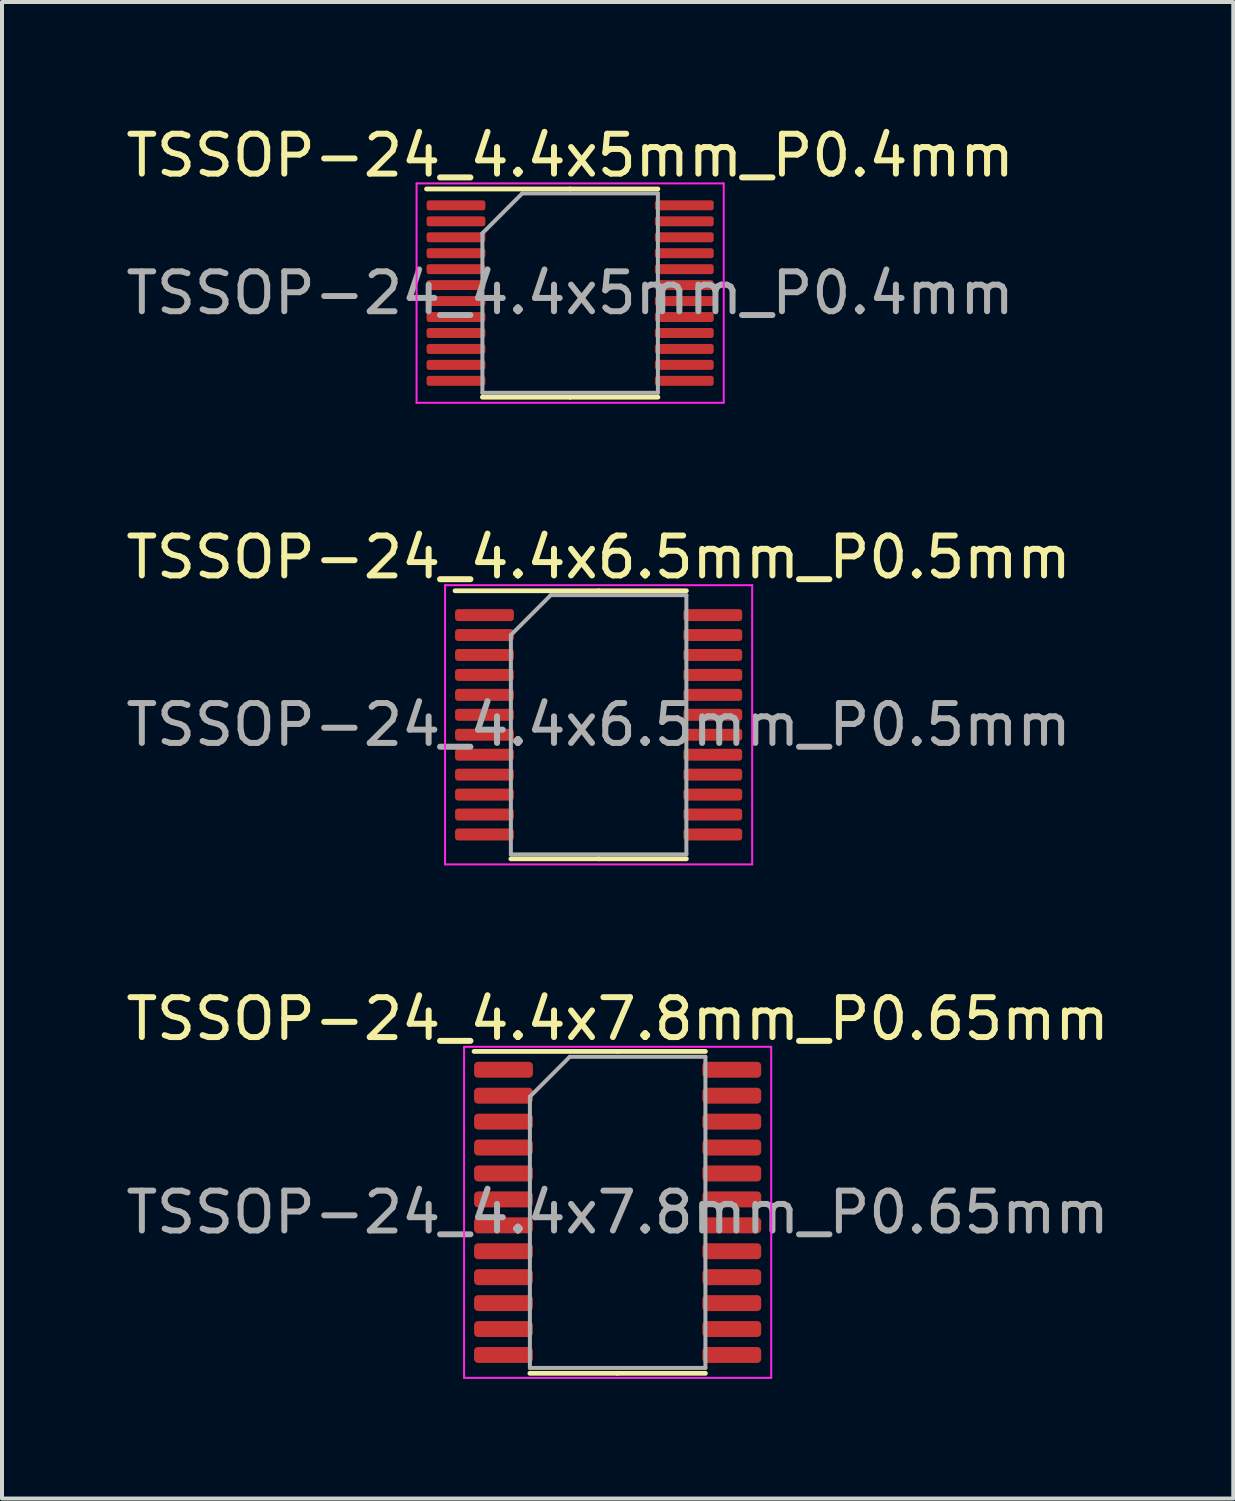
<source format=kicad_pcb>
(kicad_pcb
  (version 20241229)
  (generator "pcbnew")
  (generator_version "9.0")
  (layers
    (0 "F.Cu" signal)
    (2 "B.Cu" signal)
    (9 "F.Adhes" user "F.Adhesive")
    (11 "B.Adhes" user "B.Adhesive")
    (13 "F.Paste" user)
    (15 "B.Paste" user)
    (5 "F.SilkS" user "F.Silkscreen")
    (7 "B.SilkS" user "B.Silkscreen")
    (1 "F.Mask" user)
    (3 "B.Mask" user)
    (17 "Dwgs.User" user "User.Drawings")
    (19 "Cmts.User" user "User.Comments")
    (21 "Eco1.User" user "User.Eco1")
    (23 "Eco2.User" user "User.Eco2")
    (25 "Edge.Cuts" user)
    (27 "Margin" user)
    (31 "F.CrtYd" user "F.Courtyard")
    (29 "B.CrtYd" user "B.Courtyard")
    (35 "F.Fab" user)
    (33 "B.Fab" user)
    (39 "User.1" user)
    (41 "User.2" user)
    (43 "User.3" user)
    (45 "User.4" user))
  (footprint "TSSOP-24_4.4x6.5mm_P0.5mm"
    (layer "F.Cu")
    (at 11.958 15.121)
    (property "Reference" "TSSOP-24_4.4x6.5mm_P0.5mm" (at 0 -4.2 0) (layer "F.SilkS") (effects (font (size 1 1) (thickness 0.15))))
    (attr smd)
    (fp_line (start 0 -3.36) (end -3.6 -3.36) (stroke (width 0.12) (type solid)) (layer "F.SilkS"))
    (fp_line (start 0 -3.36) (end 2.2 -3.36) (stroke (width 0.12) (type solid)) (layer "F.SilkS"))
    (fp_line (start 0 3.36) (end -2.2 3.36) (stroke (width 0.12) (type solid)) (layer "F.SilkS"))
    (fp_line (start 0 3.36) (end 2.2 3.36) (stroke (width 0.12) (type solid)) (layer "F.SilkS"))
    (fp_line (start -3.85 -3.5) (end -3.85 3.5) (stroke (width 0.05) (type solid)) (layer "F.CrtYd"))
    (fp_line (start -3.85 3.5) (end 3.85 3.5) (stroke (width 0.05) (type solid)) (layer "F.CrtYd"))
    (fp_line (start 3.85 -3.5) (end -3.85 -3.5) (stroke (width 0.05) (type solid)) (layer "F.CrtYd"))
    (fp_line (start 3.85 3.5) (end 3.85 -3.5) (stroke (width 0.05) (type solid)) (layer "F.CrtYd"))
    (fp_line (start -2.2 -2.25) (end -1.2 -3.25) (stroke (width 0.1) (type solid)) (layer "F.Fab"))
    (fp_line (start -2.2 3.25) (end -2.2 -2.25) (stroke (width 0.1) (type solid)) (layer "F.Fab"))
    (fp_line (start -1.2 -3.25) (end 2.2 -3.25) (stroke (width 0.1) (type solid)) (layer "F.Fab"))
    (fp_line (start 2.2 -3.25) (end 2.2 3.25) (stroke (width 0.1) (type solid)) (layer "F.Fab"))
    (fp_line (start 2.2 3.25) (end -2.2 3.25) (stroke (width 0.1) (type solid)) (layer "F.Fab"))
    (fp_text user "${REFERENCE}" (at 0 0 0) (layer "F.Fab") (effects (font (size 1 1) (thickness 0.15))))
    (pad "1" smd roundrect (at -2.862 -2.75) (size 1.475 0.3) (layers "F.Cu" "F.Mask" "F.Paste") (roundrect_rratio 0.25))
    (pad "2" smd roundrect (at -2.862 -2.25) (size 1.475 0.3) (layers "F.Cu" "F.Mask" "F.Paste") (roundrect_rratio 0.25))
    (pad "3" smd roundrect (at -2.862 -1.75) (size 1.475 0.3) (layers "F.Cu" "F.Mask" "F.Paste") (roundrect_rratio 0.25))
    (pad "4" smd roundrect (at -2.862 -1.25) (size 1.475 0.3) (layers "F.Cu" "F.Mask" "F.Paste") (roundrect_rratio 0.25))
    (pad "5" smd roundrect (at -2.862 -0.75) (size 1.475 0.3) (layers "F.Cu" "F.Mask" "F.Paste") (roundrect_rratio 0.25))
    (pad "6" smd roundrect (at -2.862 -0.25) (size 1.475 0.3) (layers "F.Cu" "F.Mask" "F.Paste") (roundrect_rratio 0.25))
    (pad "7" smd roundrect (at -2.862 0.25) (size 1.475 0.3) (layers "F.Cu" "F.Mask" "F.Paste") (roundrect_rratio 0.25))
    (pad "8" smd roundrect (at -2.862 0.75) (size 1.475 0.3) (layers "F.Cu" "F.Mask" "F.Paste") (roundrect_rratio 0.25))
    (pad "9" smd roundrect (at -2.862 1.25) (size 1.475 0.3) (layers "F.Cu" "F.Mask" "F.Paste") (roundrect_rratio 0.25))
    (pad "10" smd roundrect (at -2.862 1.75) (size 1.475 0.3) (layers "F.Cu" "F.Mask" "F.Paste") (roundrect_rratio 0.25))
    (pad "11" smd roundrect (at -2.862 2.25) (size 1.475 0.3) (layers "F.Cu" "F.Mask" "F.Paste") (roundrect_rratio 0.25))
    (pad "12" smd roundrect (at -2.862 2.75) (size 1.475 0.3) (layers "F.Cu" "F.Mask" "F.Paste") (roundrect_rratio 0.25))
    (pad "13" smd roundrect (at 2.862 2.75) (size 1.475 0.3) (layers "F.Cu" "F.Mask" "F.Paste") (roundrect_rratio 0.25))
    (pad "14" smd roundrect (at 2.862 2.25) (size 1.475 0.3) (layers "F.Cu" "F.Mask" "F.Paste") (roundrect_rratio 0.25))
    (pad "15" smd roundrect (at 2.862 1.75) (size 1.475 0.3) (layers "F.Cu" "F.Mask" "F.Paste") (roundrect_rratio 0.25))
    (pad "16" smd roundrect (at 2.862 1.25) (size 1.475 0.3) (layers "F.Cu" "F.Mask" "F.Paste") (roundrect_rratio 0.25))
    (pad "17" smd roundrect (at 2.862 0.75) (size 1.475 0.3) (layers "F.Cu" "F.Mask" "F.Paste") (roundrect_rratio 0.25))
    (pad "18" smd roundrect (at 2.862 0.25) (size 1.475 0.3) (layers "F.Cu" "F.Mask" "F.Paste") (roundrect_rratio 0.25))
    (pad "19" smd roundrect (at 2.862 -0.25) (size 1.475 0.3) (layers "F.Cu" "F.Mask" "F.Paste") (roundrect_rratio 0.25))
    (pad "20" smd roundrect (at 2.862 -0.75) (size 1.475 0.3) (layers "F.Cu" "F.Mask" "F.Paste") (roundrect_rratio 0.25))
    (pad "21" smd roundrect (at 2.862 -1.25) (size 1.475 0.3) (layers "F.Cu" "F.Mask" "F.Paste") (roundrect_rratio 0.25))
    (pad "22" smd roundrect (at 2.862 -1.75) (size 1.475 0.3) (layers "F.Cu" "F.Mask" "F.Paste") (roundrect_rratio 0.25))
    (pad "23" smd roundrect (at 2.862 -2.25) (size 1.475 0.3) (layers "F.Cu" "F.Mask" "F.Paste") (roundrect_rratio 0.25))
    (pad "24" smd roundrect (at 2.862 -2.75) (size 1.475 0.3) (layers "F.Cu" "F.Mask" "F.Paste") (roundrect_rratio 0.25)))
  (footprint "TSSOP-24_4.4x5mm_P0.4mm"
    (layer "F.Cu")
    (at 11.244 4.298)
    (property "Reference" "TSSOP-24_4.4x5mm_P0.4mm" (at 0 -3.45 0) (layer "F.SilkS") (effects (font (size 1 1) (thickness 0.15))))
    (attr smd)
    (fp_line (start 0 -2.61) (end -3.6 -2.61) (stroke (width 0.12) (type solid)) (layer "F.SilkS"))
    (fp_line (start 0 -2.61) (end 2.2 -2.61) (stroke (width 0.12) (type solid)) (layer "F.SilkS"))
    (fp_line (start 0 2.61) (end -2.2 2.61) (stroke (width 0.12) (type solid)) (layer "F.SilkS"))
    (fp_line (start 0 2.61) (end 2.2 2.61) (stroke (width 0.12) (type solid)) (layer "F.SilkS"))
    (fp_line (start -3.85 -2.75) (end -3.85 2.75) (stroke (width 0.05) (type solid)) (layer "F.CrtYd"))
    (fp_line (start -3.85 2.75) (end 3.85 2.75) (stroke (width 0.05) (type solid)) (layer "F.CrtYd"))
    (fp_line (start 3.85 -2.75) (end -3.85 -2.75) (stroke (width 0.05) (type solid)) (layer "F.CrtYd"))
    (fp_line (start 3.85 2.75) (end 3.85 -2.75) (stroke (width 0.05) (type solid)) (layer "F.CrtYd"))
    (fp_line (start -2.2 -1.5) (end -1.2 -2.5) (stroke (width 0.1) (type solid)) (layer "F.Fab"))
    (fp_line (start -2.2 2.5) (end -2.2 -1.5) (stroke (width 0.1) (type solid)) (layer "F.Fab"))
    (fp_line (start -1.2 -2.5) (end 2.2 -2.5) (stroke (width 0.1) (type solid)) (layer "F.Fab"))
    (fp_line (start 2.2 -2.5) (end 2.2 2.5) (stroke (width 0.1) (type solid)) (layer "F.Fab"))
    (fp_line (start 2.2 2.5) (end -2.2 2.5) (stroke (width 0.1) (type solid)) (layer "F.Fab"))
    (fp_text user "${REFERENCE}" (at 0 0 0) (layer "F.Fab") (effects (font (size 1 1) (thickness 0.15))))
    (pad "1" smd roundrect (at -2.862 -2.2) (size 1.475 0.25) (layers "F.Cu" "F.Mask" "F.Paste") (roundrect_rratio 0.25))
    (pad "2" smd roundrect (at -2.862 -1.8) (size 1.475 0.25) (layers "F.Cu" "F.Mask" "F.Paste") (roundrect_rratio 0.25))
    (pad "3" smd roundrect (at -2.862 -1.4) (size 1.475 0.25) (layers "F.Cu" "F.Mask" "F.Paste") (roundrect_rratio 0.25))
    (pad "4" smd roundrect (at -2.862 -1) (size 1.475 0.25) (layers "F.Cu" "F.Mask" "F.Paste") (roundrect_rratio 0.25))
    (pad "5" smd roundrect (at -2.862 -0.6) (size 1.475 0.25) (layers "F.Cu" "F.Mask" "F.Paste") (roundrect_rratio 0.25))
    (pad "6" smd roundrect (at -2.862 -0.2) (size 1.475 0.25) (layers "F.Cu" "F.Mask" "F.Paste") (roundrect_rratio 0.25))
    (pad "7" smd roundrect (at -2.862 0.2) (size 1.475 0.25) (layers "F.Cu" "F.Mask" "F.Paste") (roundrect_rratio 0.25))
    (pad "8" smd roundrect (at -2.862 0.6) (size 1.475 0.25) (layers "F.Cu" "F.Mask" "F.Paste") (roundrect_rratio 0.25))
    (pad "9" smd roundrect (at -2.862 1) (size 1.475 0.25) (layers "F.Cu" "F.Mask" "F.Paste") (roundrect_rratio 0.25))
    (pad "10" smd roundrect (at -2.862 1.4) (size 1.475 0.25) (layers "F.Cu" "F.Mask" "F.Paste") (roundrect_rratio 0.25))
    (pad "11" smd roundrect (at -2.862 1.8) (size 1.475 0.25) (layers "F.Cu" "F.Mask" "F.Paste") (roundrect_rratio 0.25))
    (pad "12" smd roundrect (at -2.862 2.2) (size 1.475 0.25) (layers "F.Cu" "F.Mask" "F.Paste") (roundrect_rratio 0.25))
    (pad "13" smd roundrect (at 2.862 2.2) (size 1.475 0.25) (layers "F.Cu" "F.Mask" "F.Paste") (roundrect_rratio 0.25))
    (pad "14" smd roundrect (at 2.862 1.8) (size 1.475 0.25) (layers "F.Cu" "F.Mask" "F.Paste") (roundrect_rratio 0.25))
    (pad "15" smd roundrect (at 2.862 1.4) (size 1.475 0.25) (layers "F.Cu" "F.Mask" "F.Paste") (roundrect_rratio 0.25))
    (pad "16" smd roundrect (at 2.862 1) (size 1.475 0.25) (layers "F.Cu" "F.Mask" "F.Paste") (roundrect_rratio 0.25))
    (pad "17" smd roundrect (at 2.862 0.6) (size 1.475 0.25) (layers "F.Cu" "F.Mask" "F.Paste") (roundrect_rratio 0.25))
    (pad "18" smd roundrect (at 2.862 0.2) (size 1.475 0.25) (layers "F.Cu" "F.Mask" "F.Paste") (roundrect_rratio 0.25))
    (pad "19" smd roundrect (at 2.862 -0.2) (size 1.475 0.25) (layers "F.Cu" "F.Mask" "F.Paste") (roundrect_rratio 0.25))
    (pad "20" smd roundrect (at 2.862 -0.6) (size 1.475 0.25) (layers "F.Cu" "F.Mask" "F.Paste") (roundrect_rratio 0.25))
    (pad "21" smd roundrect (at 2.862 -1) (size 1.475 0.25) (layers "F.Cu" "F.Mask" "F.Paste") (roundrect_rratio 0.25))
    (pad "22" smd roundrect (at 2.862 -1.4) (size 1.475 0.25) (layers "F.Cu" "F.Mask" "F.Paste") (roundrect_rratio 0.25))
    (pad "23" smd roundrect (at 2.862 -1.8) (size 1.475 0.25) (layers "F.Cu" "F.Mask" "F.Paste") (roundrect_rratio 0.25))
    (pad "24" smd roundrect (at 2.862 -2.2) (size 1.475 0.25) (layers "F.Cu" "F.Mask" "F.Paste") (roundrect_rratio 0.25)))
  (footprint "TSSOP-24_4.4x7.8mm_P0.65mm"
    (layer "F.Cu")
    (at 12.435 27.345)
    (property "Reference" "TSSOP-24_4.4x7.8mm_P0.65mm" (at 0 -4.85 0) (layer "F.SilkS") (effects (font (size 1 1) (thickness 0.15))))
    (attr smd)
    (fp_line (start 0 -4.035) (end -3.6 -4.035) (stroke (width 0.12) (type solid)) (layer "F.SilkS"))
    (fp_line (start 0 -4.035) (end 2.2 -4.035) (stroke (width 0.12) (type solid)) (layer "F.SilkS"))
    (fp_line (start 0 4.035) (end -2.2 4.035) (stroke (width 0.12) (type solid)) (layer "F.SilkS"))
    (fp_line (start 0 4.035) (end 2.2 4.035) (stroke (width 0.12) (type solid)) (layer "F.SilkS"))
    (fp_line (start -3.85 -4.15) (end -3.85 4.15) (stroke (width 0.05) (type solid)) (layer "F.CrtYd"))
    (fp_line (start -3.85 4.15) (end 3.85 4.15) (stroke (width 0.05) (type solid)) (layer "F.CrtYd"))
    (fp_line (start 3.85 -4.15) (end -3.85 -4.15) (stroke (width 0.05) (type solid)) (layer "F.CrtYd"))
    (fp_line (start 3.85 4.15) (end 3.85 -4.15) (stroke (width 0.05) (type solid)) (layer "F.CrtYd"))
    (fp_line (start -2.2 -2.9) (end -1.2 -3.9) (stroke (width 0.1) (type solid)) (layer "F.Fab"))
    (fp_line (start -2.2 3.9) (end -2.2 -2.9) (stroke (width 0.1) (type solid)) (layer "F.Fab"))
    (fp_line (start -1.2 -3.9) (end 2.2 -3.9) (stroke (width 0.1) (type solid)) (layer "F.Fab"))
    (fp_line (start 2.2 -3.9) (end 2.2 3.9) (stroke (width 0.1) (type solid)) (layer "F.Fab"))
    (fp_line (start 2.2 3.9) (end -2.2 3.9) (stroke (width 0.1) (type solid)) (layer "F.Fab"))
    (fp_text user "${REFERENCE}" (at 0 0 0) (layer "F.Fab") (effects (font (size 1 1) (thickness 0.15))))
    (pad "1" smd roundrect (at -2.862 -3.575) (size 1.475 0.4) (layers "F.Cu" "F.Mask" "F.Paste") (roundrect_rratio 0.25))
    (pad "2" smd roundrect (at -2.862 -2.925) (size 1.475 0.4) (layers "F.Cu" "F.Mask" "F.Paste") (roundrect_rratio 0.25))
    (pad "3" smd roundrect (at -2.862 -2.275) (size 1.475 0.4) (layers "F.Cu" "F.Mask" "F.Paste") (roundrect_rratio 0.25))
    (pad "4" smd roundrect (at -2.862 -1.625) (size 1.475 0.4) (layers "F.Cu" "F.Mask" "F.Paste") (roundrect_rratio 0.25))
    (pad "5" smd roundrect (at -2.862 -0.975) (size 1.475 0.4) (layers "F.Cu" "F.Mask" "F.Paste") (roundrect_rratio 0.25))
    (pad "6" smd roundrect (at -2.862 -0.325) (size 1.475 0.4) (layers "F.Cu" "F.Mask" "F.Paste") (roundrect_rratio 0.25))
    (pad "7" smd roundrect (at -2.862 0.325) (size 1.475 0.4) (layers "F.Cu" "F.Mask" "F.Paste") (roundrect_rratio 0.25))
    (pad "8" smd roundrect (at -2.862 0.975) (size 1.475 0.4) (layers "F.Cu" "F.Mask" "F.Paste") (roundrect_rratio 0.25))
    (pad "9" smd roundrect (at -2.862 1.625) (size 1.475 0.4) (layers "F.Cu" "F.Mask" "F.Paste") (roundrect_rratio 0.25))
    (pad "10" smd roundrect (at -2.862 2.275) (size 1.475 0.4) (layers "F.Cu" "F.Mask" "F.Paste") (roundrect_rratio 0.25))
    (pad "11" smd roundrect (at -2.862 2.925) (size 1.475 0.4) (layers "F.Cu" "F.Mask" "F.Paste") (roundrect_rratio 0.25))
    (pad "12" smd roundrect (at -2.862 3.575) (size 1.475 0.4) (layers "F.Cu" "F.Mask" "F.Paste") (roundrect_rratio 0.25))
    (pad "13" smd roundrect (at 2.862 3.575) (size 1.475 0.4) (layers "F.Cu" "F.Mask" "F.Paste") (roundrect_rratio 0.25))
    (pad "14" smd roundrect (at 2.862 2.925) (size 1.475 0.4) (layers "F.Cu" "F.Mask" "F.Paste") (roundrect_rratio 0.25))
    (pad "15" smd roundrect (at 2.862 2.275) (size 1.475 0.4) (layers "F.Cu" "F.Mask" "F.Paste") (roundrect_rratio 0.25))
    (pad "16" smd roundrect (at 2.862 1.625) (size 1.475 0.4) (layers "F.Cu" "F.Mask" "F.Paste") (roundrect_rratio 0.25))
    (pad "17" smd roundrect (at 2.862 0.975) (size 1.475 0.4) (layers "F.Cu" "F.Mask" "F.Paste") (roundrect_rratio 0.25))
    (pad "18" smd roundrect (at 2.862 0.325) (size 1.475 0.4) (layers "F.Cu" "F.Mask" "F.Paste") (roundrect_rratio 0.25))
    (pad "19" smd roundrect (at 2.862 -0.325) (size 1.475 0.4) (layers "F.Cu" "F.Mask" "F.Paste") (roundrect_rratio 0.25))
    (pad "20" smd roundrect (at 2.862 -0.975) (size 1.475 0.4) (layers "F.Cu" "F.Mask" "F.Paste") (roundrect_rratio 0.25))
    (pad "21" smd roundrect (at 2.862 -1.625) (size 1.475 0.4) (layers "F.Cu" "F.Mask" "F.Paste") (roundrect_rratio 0.25))
    (pad "22" smd roundrect (at 2.862 -2.275) (size 1.475 0.4) (layers "F.Cu" "F.Mask" "F.Paste") (roundrect_rratio 0.25))
    (pad "23" smd roundrect (at 2.862 -2.925) (size 1.475 0.4) (layers "F.Cu" "F.Mask" "F.Paste") (roundrect_rratio 0.25))
    (pad "24" smd roundrect (at 2.862 -3.575) (size 1.475 0.4) (layers "F.Cu" "F.Mask" "F.Paste") (roundrect_rratio 0.25)))
  (gr_rect
    (start -3 -3)
    (end 27.869 34.52)
    (stroke (width 0.1) (type default))
    (fill no)
    (layer "Edge.Cuts")))
</source>
